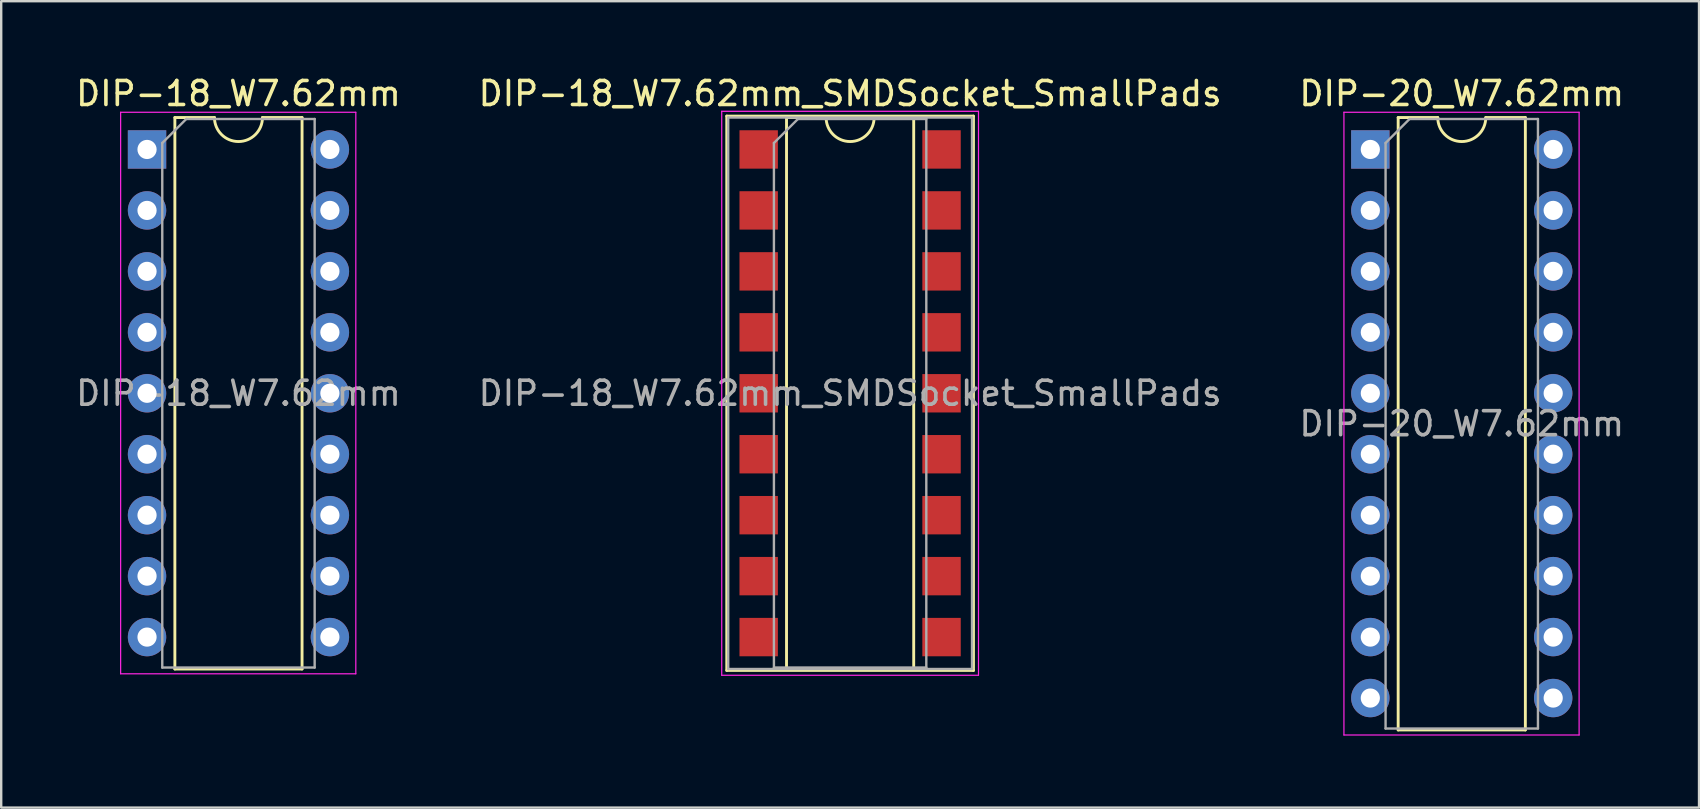
<source format=kicad_pcb>
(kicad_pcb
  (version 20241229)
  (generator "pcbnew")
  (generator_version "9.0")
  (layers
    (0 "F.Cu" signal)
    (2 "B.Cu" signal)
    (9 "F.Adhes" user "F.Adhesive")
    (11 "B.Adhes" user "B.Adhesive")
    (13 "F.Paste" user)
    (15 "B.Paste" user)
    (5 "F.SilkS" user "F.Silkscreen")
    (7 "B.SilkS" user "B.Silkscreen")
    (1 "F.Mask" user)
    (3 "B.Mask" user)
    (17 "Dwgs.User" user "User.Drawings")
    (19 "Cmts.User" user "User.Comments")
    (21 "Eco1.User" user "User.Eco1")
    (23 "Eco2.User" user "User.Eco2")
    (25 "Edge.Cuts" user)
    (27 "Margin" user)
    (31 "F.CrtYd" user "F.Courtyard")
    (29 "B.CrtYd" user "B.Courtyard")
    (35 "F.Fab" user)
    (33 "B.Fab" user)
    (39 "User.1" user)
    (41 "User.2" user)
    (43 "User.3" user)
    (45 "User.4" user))
  (footprint "DIP-18_W7.62mm"
    (layer "F.Cu")
    (at 3.077 3.178)
    (property "Reference" "DIP-18_W7.62mm" (at 3.81 -2.33 0) (layer "F.SilkS") (effects (font (size 1 1) (thickness 0.15))))
    (attr through_hole)
    (fp_line (start 1.16 -1.33) (end 1.16 21.65) (stroke (width 0.12) (type solid)) (layer "F.SilkS"))
    (fp_line (start 1.16 21.65) (end 6.46 21.65) (stroke (width 0.12) (type solid)) (layer "F.SilkS"))
    (fp_line (start 2.81 -1.33) (end 1.16 -1.33) (stroke (width 0.12) (type solid)) (layer "F.SilkS"))
    (fp_line (start 6.46 -1.33) (end 4.81 -1.33) (stroke (width 0.12) (type solid)) (layer "F.SilkS"))
    (fp_line (start 6.46 21.65) (end 6.46 -1.33) (stroke (width 0.12) (type solid)) (layer "F.SilkS"))
    (fp_arc (start 4.81 -1.33) (mid 3.81 -0.33) (end 2.81 -1.33) (stroke (width 0.12) (type solid)) (layer "F.SilkS"))
    (fp_line (start -1.1 -1.55) (end -1.1 21.85) (stroke (width 0.05) (type solid)) (layer "F.CrtYd"))
    (fp_line (start -1.1 21.85) (end 8.7 21.85) (stroke (width 0.05) (type solid)) (layer "F.CrtYd"))
    (fp_line (start 8.7 -1.55) (end -1.1 -1.55) (stroke (width 0.05) (type solid)) (layer "F.CrtYd"))
    (fp_line (start 8.7 21.85) (end 8.7 -1.55) (stroke (width 0.05) (type solid)) (layer "F.CrtYd"))
    (fp_line (start 0.635 -0.27) (end 1.635 -1.27) (stroke (width 0.1) (type solid)) (layer "F.Fab"))
    (fp_line (start 0.635 21.59) (end 0.635 -0.27) (stroke (width 0.1) (type solid)) (layer "F.Fab"))
    (fp_line (start 1.635 -1.27) (end 6.985 -1.27) (stroke (width 0.1) (type solid)) (layer "F.Fab"))
    (fp_line (start 6.985 -1.27) (end 6.985 21.59) (stroke (width 0.1) (type solid)) (layer "F.Fab"))
    (fp_line (start 6.985 21.59) (end 0.635 21.59) (stroke (width 0.1) (type solid)) (layer "F.Fab"))
    (fp_text user "${REFERENCE}" (at 3.81 10.16 0) (layer "F.Fab") (effects (font (size 1 1) (thickness 0.15))))
    (pad "1" thru_hole rect (at 0 0) (size 1.6 1.6) (drill 0.8) (layers "*.Cu" "*.Mask"))
    (pad "2" thru_hole oval (at 0 2.54) (size 1.6 1.6) (drill 0.8) (layers "*.Cu" "*.Mask"))
    (pad "3" thru_hole oval (at 0 5.08) (size 1.6 1.6) (drill 0.8) (layers "*.Cu" "*.Mask"))
    (pad "4" thru_hole oval (at 0 7.62) (size 1.6 1.6) (drill 0.8) (layers "*.Cu" "*.Mask"))
    (pad "5" thru_hole oval (at 0 10.16) (size 1.6 1.6) (drill 0.8) (layers "*.Cu" "*.Mask"))
    (pad "6" thru_hole oval (at 0 12.7) (size 1.6 1.6) (drill 0.8) (layers "*.Cu" "*.Mask"))
    (pad "7" thru_hole oval (at 0 15.24) (size 1.6 1.6) (drill 0.8) (layers "*.Cu" "*.Mask"))
    (pad "8" thru_hole oval (at 0 17.78) (size 1.6 1.6) (drill 0.8) (layers "*.Cu" "*.Mask"))
    (pad "9" thru_hole oval (at 0 20.32) (size 1.6 1.6) (drill 0.8) (layers "*.Cu" "*.Mask"))
    (pad "10" thru_hole oval (at 7.62 20.32) (size 1.6 1.6) (drill 0.8) (layers "*.Cu" "*.Mask"))
    (pad "11" thru_hole oval (at 7.62 17.78) (size 1.6 1.6) (drill 0.8) (layers "*.Cu" "*.Mask"))
    (pad "12" thru_hole oval (at 7.62 15.24) (size 1.6 1.6) (drill 0.8) (layers "*.Cu" "*.Mask"))
    (pad "13" thru_hole oval (at 7.62 12.7) (size 1.6 1.6) (drill 0.8) (layers "*.Cu" "*.Mask"))
    (pad "14" thru_hole oval (at 7.62 10.16) (size 1.6 1.6) (drill 0.8) (layers "*.Cu" "*.Mask"))
    (pad "15" thru_hole oval (at 7.62 7.62) (size 1.6 1.6) (drill 0.8) (layers "*.Cu" "*.Mask"))
    (pad "16" thru_hole oval (at 7.62 5.08) (size 1.6 1.6) (drill 0.8) (layers "*.Cu" "*.Mask"))
    (pad "17" thru_hole oval (at 7.62 2.54) (size 1.6 1.6) (drill 0.8) (layers "*.Cu" "*.Mask"))
    (pad "18" thru_hole oval (at 7.62 0) (size 1.6 1.6) (drill 0.8) (layers "*.Cu" "*.Mask")))
  (footprint "DIP-18_W7.62mm_SMDSocket_SmallPads"
    (layer "F.Cu")
    (at 32.375 13.338)
    (property "Reference" "DIP-18_W7.62mm_SMDSocket_SmallPads" (at 0 -12.49 0) (layer "F.SilkS") (effects (font (size 1 1) (thickness 0.15))))
    (attr smd)
    (fp_line (start -5.14 -11.55) (end -5.14 11.55) (stroke (width 0.12) (type solid)) (layer "F.SilkS"))
    (fp_line (start -5.14 11.55) (end 5.14 11.55) (stroke (width 0.12) (type solid)) (layer "F.SilkS"))
    (fp_line (start -2.65 -11.49) (end -2.65 11.49) (stroke (width 0.12) (type solid)) (layer "F.SilkS"))
    (fp_line (start -2.65 11.49) (end 2.65 11.49) (stroke (width 0.12) (type solid)) (layer "F.SilkS"))
    (fp_line (start -1 -11.49) (end -2.65 -11.49) (stroke (width 0.12) (type solid)) (layer "F.SilkS"))
    (fp_line (start 2.65 -11.49) (end 1 -11.49) (stroke (width 0.12) (type solid)) (layer "F.SilkS"))
    (fp_line (start 2.65 11.49) (end 2.65 -11.49) (stroke (width 0.12) (type solid)) (layer "F.SilkS"))
    (fp_line (start 5.14 -11.55) (end -5.14 -11.55) (stroke (width 0.12) (type solid)) (layer "F.SilkS"))
    (fp_line (start 5.14 11.55) (end 5.14 -11.55) (stroke (width 0.12) (type solid)) (layer "F.SilkS"))
    (fp_arc (start 1 -11.49) (mid 0 -10.49) (end -1 -11.49) (stroke (width 0.12) (type solid)) (layer "F.SilkS"))
    (fp_line (start -5.35 -11.75) (end -5.35 11.75) (stroke (width 0.05) (type solid)) (layer "F.CrtYd"))
    (fp_line (start -5.35 11.75) (end 5.35 11.75) (stroke (width 0.05) (type solid)) (layer "F.CrtYd"))
    (fp_line (start 5.35 -11.75) (end -5.35 -11.75) (stroke (width 0.05) (type solid)) (layer "F.CrtYd"))
    (fp_line (start 5.35 11.75) (end 5.35 -11.75) (stroke (width 0.05) (type solid)) (layer "F.CrtYd"))
    (fp_line (start -5.08 -11.49) (end -5.08 11.49) (stroke (width 0.1) (type solid)) (layer "F.Fab"))
    (fp_line (start -5.08 11.49) (end 5.08 11.49) (stroke (width 0.1) (type solid)) (layer "F.Fab"))
    (fp_line (start -3.175 -10.43) (end -2.175 -11.43) (stroke (width 0.1) (type solid)) (layer "F.Fab"))
    (fp_line (start -3.175 11.43) (end -3.175 -10.43) (stroke (width 0.1) (type solid)) (layer "F.Fab"))
    (fp_line (start -2.175 -11.43) (end 3.175 -11.43) (stroke (width 0.1) (type solid)) (layer "F.Fab"))
    (fp_line (start 3.175 -11.43) (end 3.175 11.43) (stroke (width 0.1) (type solid)) (layer "F.Fab"))
    (fp_line (start 3.175 11.43) (end -3.175 11.43) (stroke (width 0.1) (type solid)) (layer "F.Fab"))
    (fp_line (start 5.08 -11.49) (end -5.08 -11.49) (stroke (width 0.1) (type solid)) (layer "F.Fab"))
    (fp_line (start 5.08 11.49) (end 5.08 -11.49) (stroke (width 0.1) (type solid)) (layer "F.Fab"))
    (fp_text user "${REFERENCE}" (at 0 0 0) (layer "F.Fab") (effects (font (size 1 1) (thickness 0.15))))
    (pad "1" smd rect (at -3.81 -10.16) (size 1.6 1.6) (layers "F.Cu" "F.Mask" "F.Paste"))
    (pad "2" smd rect (at -3.81 -7.62) (size 1.6 1.6) (layers "F.Cu" "F.Mask" "F.Paste"))
    (pad "3" smd rect (at -3.81 -5.08) (size 1.6 1.6) (layers "F.Cu" "F.Mask" "F.Paste"))
    (pad "4" smd rect (at -3.81 -2.54) (size 1.6 1.6) (layers "F.Cu" "F.Mask" "F.Paste"))
    (pad "5" smd rect (at -3.81 0) (size 1.6 1.6) (layers "F.Cu" "F.Mask" "F.Paste"))
    (pad "6" smd rect (at -3.81 2.54) (size 1.6 1.6) (layers "F.Cu" "F.Mask" "F.Paste"))
    (pad "7" smd rect (at -3.81 5.08) (size 1.6 1.6) (layers "F.Cu" "F.Mask" "F.Paste"))
    (pad "8" smd rect (at -3.81 7.62) (size 1.6 1.6) (layers "F.Cu" "F.Mask" "F.Paste"))
    (pad "9" smd rect (at -3.81 10.16) (size 1.6 1.6) (layers "F.Cu" "F.Mask" "F.Paste"))
    (pad "10" smd rect (at 3.81 10.16) (size 1.6 1.6) (layers "F.Cu" "F.Mask" "F.Paste"))
    (pad "11" smd rect (at 3.81 7.62) (size 1.6 1.6) (layers "F.Cu" "F.Mask" "F.Paste"))
    (pad "12" smd rect (at 3.81 5.08) (size 1.6 1.6) (layers "F.Cu" "F.Mask" "F.Paste"))
    (pad "13" smd rect (at 3.81 2.54) (size 1.6 1.6) (layers "F.Cu" "F.Mask" "F.Paste"))
    (pad "14" smd rect (at 3.81 0) (size 1.6 1.6) (layers "F.Cu" "F.Mask" "F.Paste"))
    (pad "15" smd rect (at 3.81 -2.54) (size 1.6 1.6) (layers "F.Cu" "F.Mask" "F.Paste"))
    (pad "16" smd rect (at 3.81 -5.08) (size 1.6 1.6) (layers "F.Cu" "F.Mask" "F.Paste"))
    (pad "17" smd rect (at 3.81 -7.62) (size 1.6 1.6) (layers "F.Cu" "F.Mask" "F.Paste"))
    (pad "18" smd rect (at 3.81 -10.16) (size 1.6 1.6) (layers "F.Cu" "F.Mask" "F.Paste")))
  (footprint "DIP-20_W7.62mm"
    (layer "F.Cu")
    (at 54.053 3.178)
    (property "Reference" "DIP-20_W7.62mm" (at 3.81 -2.33 0) (layer "F.SilkS") (effects (font (size 1 1) (thickness 0.15))))
    (attr through_hole)
    (fp_line (start 1.16 -1.33) (end 1.16 24.19) (stroke (width 0.12) (type solid)) (layer "F.SilkS"))
    (fp_line (start 1.16 24.19) (end 6.46 24.19) (stroke (width 0.12) (type solid)) (layer "F.SilkS"))
    (fp_line (start 2.81 -1.33) (end 1.16 -1.33) (stroke (width 0.12) (type solid)) (layer "F.SilkS"))
    (fp_line (start 6.46 -1.33) (end 4.81 -1.33) (stroke (width 0.12) (type solid)) (layer "F.SilkS"))
    (fp_line (start 6.46 24.19) (end 6.46 -1.33) (stroke (width 0.12) (type solid)) (layer "F.SilkS"))
    (fp_arc (start 4.81 -1.33) (mid 3.81 -0.33) (end 2.81 -1.33) (stroke (width 0.12) (type solid)) (layer "F.SilkS"))
    (fp_line (start -1.1 -1.55) (end -1.1 24.4) (stroke (width 0.05) (type solid)) (layer "F.CrtYd"))
    (fp_line (start -1.1 24.4) (end 8.7 24.4) (stroke (width 0.05) (type solid)) (layer "F.CrtYd"))
    (fp_line (start 8.7 -1.55) (end -1.1 -1.55) (stroke (width 0.05) (type solid)) (layer "F.CrtYd"))
    (fp_line (start 8.7 24.4) (end 8.7 -1.55) (stroke (width 0.05) (type solid)) (layer "F.CrtYd"))
    (fp_line (start 0.635 -0.27) (end 1.635 -1.27) (stroke (width 0.1) (type solid)) (layer "F.Fab"))
    (fp_line (start 0.635 24.13) (end 0.635 -0.27) (stroke (width 0.1) (type solid)) (layer "F.Fab"))
    (fp_line (start 1.635 -1.27) (end 6.985 -1.27) (stroke (width 0.1) (type solid)) (layer "F.Fab"))
    (fp_line (start 6.985 -1.27) (end 6.985 24.13) (stroke (width 0.1) (type solid)) (layer "F.Fab"))
    (fp_line (start 6.985 24.13) (end 0.635 24.13) (stroke (width 0.1) (type solid)) (layer "F.Fab"))
    (fp_text user "${REFERENCE}" (at 3.81 11.43 0) (layer "F.Fab") (effects (font (size 1 1) (thickness 0.15))))
    (pad "1" thru_hole rect (at 0 0) (size 1.6 1.6) (drill 0.8) (layers "*.Cu" "*.Mask"))
    (pad "2" thru_hole oval (at 0 2.54) (size 1.6 1.6) (drill 0.8) (layers "*.Cu" "*.Mask"))
    (pad "3" thru_hole oval (at 0 5.08) (size 1.6 1.6) (drill 0.8) (layers "*.Cu" "*.Mask"))
    (pad "4" thru_hole oval (at 0 7.62) (size 1.6 1.6) (drill 0.8) (layers "*.Cu" "*.Mask"))
    (pad "5" thru_hole oval (at 0 10.16) (size 1.6 1.6) (drill 0.8) (layers "*.Cu" "*.Mask"))
    (pad "6" thru_hole oval (at 0 12.7) (size 1.6 1.6) (drill 0.8) (layers "*.Cu" "*.Mask"))
    (pad "7" thru_hole oval (at 0 15.24) (size 1.6 1.6) (drill 0.8) (layers "*.Cu" "*.Mask"))
    (pad "8" thru_hole oval (at 0 17.78) (size 1.6 1.6) (drill 0.8) (layers "*.Cu" "*.Mask"))
    (pad "9" thru_hole oval (at 0 20.32) (size 1.6 1.6) (drill 0.8) (layers "*.Cu" "*.Mask"))
    (pad "10" thru_hole oval (at 0 22.86) (size 1.6 1.6) (drill 0.8) (layers "*.Cu" "*.Mask"))
    (pad "11" thru_hole oval (at 7.62 22.86) (size 1.6 1.6) (drill 0.8) (layers "*.Cu" "*.Mask"))
    (pad "12" thru_hole oval (at 7.62 20.32) (size 1.6 1.6) (drill 0.8) (layers "*.Cu" "*.Mask"))
    (pad "13" thru_hole oval (at 7.62 17.78) (size 1.6 1.6) (drill 0.8) (layers "*.Cu" "*.Mask"))
    (pad "14" thru_hole oval (at 7.62 15.24) (size 1.6 1.6) (drill 0.8) (layers "*.Cu" "*.Mask"))
    (pad "15" thru_hole oval (at 7.62 12.7) (size 1.6 1.6) (drill 0.8) (layers "*.Cu" "*.Mask"))
    (pad "16" thru_hole oval (at 7.62 10.16) (size 1.6 1.6) (drill 0.8) (layers "*.Cu" "*.Mask"))
    (pad "17" thru_hole oval (at 7.62 7.62) (size 1.6 1.6) (drill 0.8) (layers "*.Cu" "*.Mask"))
    (pad "18" thru_hole oval (at 7.62 5.08) (size 1.6 1.6) (drill 0.8) (layers "*.Cu" "*.Mask"))
    (pad "19" thru_hole oval (at 7.62 2.54) (size 1.6 1.6) (drill 0.8) (layers "*.Cu" "*.Mask"))
    (pad "20" thru_hole oval (at 7.62 0) (size 1.6 1.6) (drill 0.8) (layers "*.Cu" "*.Mask")))
  (gr_rect
    (start -3 -3)
    (end 67.75 30.603)
    (stroke (width 0.1) (type default))
    (fill no)
    (layer "Edge.Cuts")))
</source>
